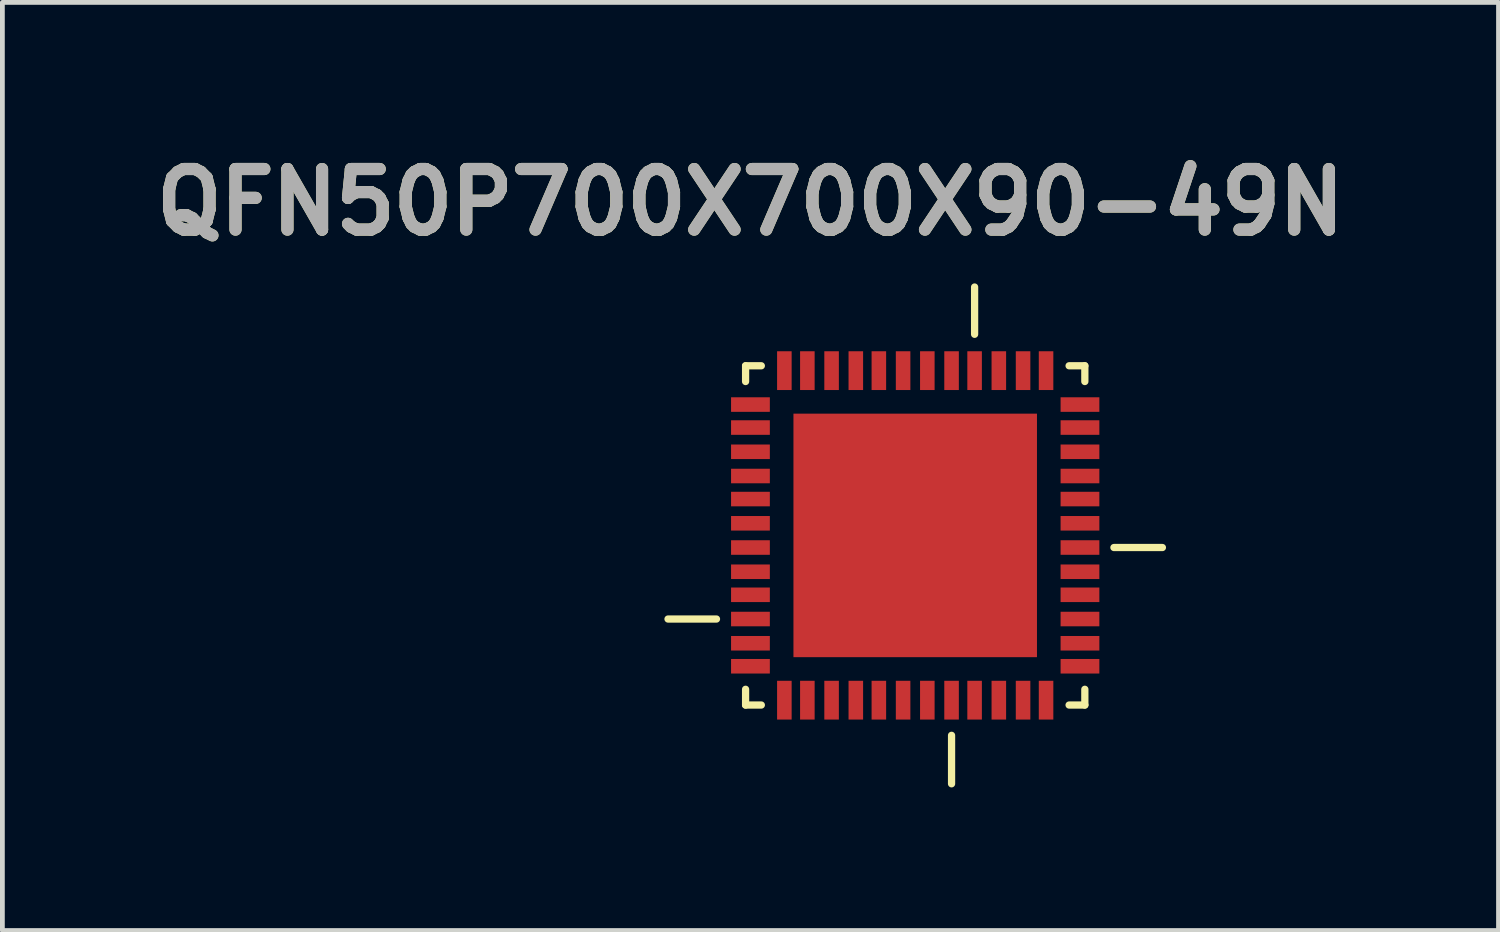
<source format=kicad_pcb>
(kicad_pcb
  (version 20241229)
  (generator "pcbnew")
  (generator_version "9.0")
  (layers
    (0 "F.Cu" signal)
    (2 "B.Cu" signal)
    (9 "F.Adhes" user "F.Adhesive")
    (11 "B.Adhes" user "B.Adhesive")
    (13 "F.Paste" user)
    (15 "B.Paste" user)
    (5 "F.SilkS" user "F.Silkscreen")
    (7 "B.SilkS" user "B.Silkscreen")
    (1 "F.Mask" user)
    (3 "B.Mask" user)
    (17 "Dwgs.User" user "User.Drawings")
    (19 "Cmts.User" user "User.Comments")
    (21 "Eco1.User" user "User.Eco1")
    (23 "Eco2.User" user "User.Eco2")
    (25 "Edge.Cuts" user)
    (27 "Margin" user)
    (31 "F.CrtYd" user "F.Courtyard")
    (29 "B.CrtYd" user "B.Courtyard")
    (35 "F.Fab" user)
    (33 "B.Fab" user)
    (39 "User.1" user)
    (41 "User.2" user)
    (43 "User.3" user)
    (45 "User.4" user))
  (footprint "QFN50P700X700X90-49N"
    (layer "F.Cu")
    (at 16.136 8.174)
    (property "Reference" "QFN50P700X700X90-49N" (at -3.454 -6.985 0) (layer "F.SilkS") (effects (font (size 1.27 1.27) (thickness 0.254))))
    (attr smd)
    (fp_line (start -4.166 1.753) (end -5.182 1.753) (stroke (width 0.152) (type solid)) (layer "F.SilkS"))
    (fp_line (start -3.556 -3.556) (end -3.556 -3.226) (stroke (width 0.152) (type solid)) (layer "F.SilkS"))
    (fp_line (start -3.556 3.226) (end -3.556 3.556) (stroke (width 0.152) (type solid)) (layer "F.SilkS"))
    (fp_line (start -3.556 3.556) (end -3.226 3.556) (stroke (width 0.152) (type solid)) (layer "F.SilkS"))
    (fp_line (start -3.226 -3.556) (end -3.556 -3.556) (stroke (width 0.152) (type solid)) (layer "F.SilkS"))
    (fp_line (start 0.762 4.191) (end 0.762 5.207) (stroke (width 0.152) (type solid)) (layer "F.SilkS"))
    (fp_line (start 1.245 -4.216) (end 1.245 -5.207) (stroke (width 0.152) (type solid)) (layer "F.SilkS"))
    (fp_line (start 3.226 3.556) (end 3.556 3.556) (stroke (width 0.152) (type solid)) (layer "F.SilkS"))
    (fp_line (start 3.556 -3.556) (end 3.226 -3.556) (stroke (width 0.152) (type solid)) (layer "F.SilkS"))
    (fp_line (start 3.556 -3.226) (end 3.556 -3.556) (stroke (width 0.152) (type solid)) (layer "F.SilkS"))
    (fp_line (start 3.556 3.556) (end 3.556 3.226) (stroke (width 0.152) (type solid)) (layer "F.SilkS"))
    (fp_line (start 4.166 0.254) (end 5.182 0.254) (stroke (width 0.152) (type solid)) (layer "F.SilkS"))
    (fp_text user "${REFERENCE}" (at -3.454 -6.985 0) (layer "F.Fab") (effects (font (size 1.27 1.27) (thickness 0.254))))
    (pad "1" smd rect (at -3.454 -2.743 90) (size 0.305 0.813) (layers "F.Cu" "F.Mask" "F.Paste"))
    (pad "2" smd rect (at -3.454 -2.261 90) (size 0.305 0.813) (layers "F.Cu" "F.Mask" "F.Paste"))
    (pad "3" smd rect (at -3.454 -1.753 90) (size 0.305 0.813) (layers "F.Cu" "F.Mask" "F.Paste"))
    (pad "4" smd rect (at -3.454 -1.245 90) (size 0.305 0.813) (layers "F.Cu" "F.Mask" "F.Paste"))
    (pad "5" smd rect (at -3.454 -0.762 90) (size 0.305 0.813) (layers "F.Cu" "F.Mask" "F.Paste"))
    (pad "6" smd rect (at -3.454 -0.254 90) (size 0.305 0.813) (layers "F.Cu" "F.Mask" "F.Paste"))
    (pad "7" smd rect (at -3.454 0.254 90) (size 0.305 0.813) (layers "F.Cu" "F.Mask" "F.Paste"))
    (pad "8" smd rect (at -3.454 0.762 90) (size 0.305 0.813) (layers "F.Cu" "F.Mask" "F.Paste"))
    (pad "9" smd rect (at -3.454 1.245 90) (size 0.305 0.813) (layers "F.Cu" "F.Mask" "F.Paste"))
    (pad "10" smd rect (at -3.454 1.753 90) (size 0.305 0.813) (layers "F.Cu" "F.Mask" "F.Paste"))
    (pad "11" smd rect (at -3.454 2.261 90) (size 0.305 0.813) (layers "F.Cu" "F.Mask" "F.Paste"))
    (pad "12" smd rect (at -3.454 2.743 90) (size 0.305 0.813) (layers "F.Cu" "F.Mask" "F.Paste"))
    (pad "13" smd rect (at -2.743 3.454) (size 0.305 0.813) (layers "F.Cu" "F.Mask" "F.Paste"))
    (pad "14" smd rect (at -2.261 3.454) (size 0.305 0.813) (layers "F.Cu" "F.Mask" "F.Paste"))
    (pad "15" smd rect (at -1.753 3.454) (size 0.305 0.813) (layers "F.Cu" "F.Mask" "F.Paste"))
    (pad "16" smd rect (at -1.245 3.454) (size 0.305 0.813) (layers "F.Cu" "F.Mask" "F.Paste"))
    (pad "17" smd rect (at -0.762 3.454) (size 0.305 0.813) (layers "F.Cu" "F.Mask" "F.Paste"))
    (pad "18" smd rect (at -0.254 3.454) (size 0.305 0.813) (layers "F.Cu" "F.Mask" "F.Paste"))
    (pad "19" smd rect (at 0.254 3.454) (size 0.305 0.813) (layers "F.Cu" "F.Mask" "F.Paste"))
    (pad "20" smd rect (at 0.762 3.454) (size 0.305 0.813) (layers "F.Cu" "F.Mask" "F.Paste"))
    (pad "21" smd rect (at 1.245 3.454) (size 0.305 0.813) (layers "F.Cu" "F.Mask" "F.Paste"))
    (pad "22" smd rect (at 1.753 3.454) (size 0.305 0.813) (layers "F.Cu" "F.Mask" "F.Paste"))
    (pad "23" smd rect (at 2.261 3.454) (size 0.305 0.813) (layers "F.Cu" "F.Mask" "F.Paste"))
    (pad "24" smd rect (at 2.743 3.454) (size 0.305 0.813) (layers "F.Cu" "F.Mask" "F.Paste"))
    (pad "25" smd rect (at 3.454 2.743 90) (size 0.305 0.813) (layers "F.Cu" "F.Mask" "F.Paste"))
    (pad "26" smd rect (at 3.454 2.261 90) (size 0.305 0.813) (layers "F.Cu" "F.Mask" "F.Paste"))
    (pad "27" smd rect (at 3.454 1.753 90) (size 0.305 0.813) (layers "F.Cu" "F.Mask" "F.Paste"))
    (pad "28" smd rect (at 3.454 1.245 90) (size 0.305 0.813) (layers "F.Cu" "F.Mask" "F.Paste"))
    (pad "29" smd rect (at 3.454 0.762 90) (size 0.305 0.813) (layers "F.Cu" "F.Mask" "F.Paste"))
    (pad "30" smd rect (at 3.454 0.254 90) (size 0.305 0.813) (layers "F.Cu" "F.Mask" "F.Paste"))
    (pad "31" smd rect (at 3.454 -0.254 90) (size 0.305 0.813) (layers "F.Cu" "F.Mask" "F.Paste"))
    (pad "32" smd rect (at 3.454 -0.762 90) (size 0.305 0.813) (layers "F.Cu" "F.Mask" "F.Paste"))
    (pad "33" smd rect (at 3.454 -1.245 90) (size 0.305 0.813) (layers "F.Cu" "F.Mask" "F.Paste"))
    (pad "34" smd rect (at 3.454 -1.753 90) (size 0.305 0.813) (layers "F.Cu" "F.Mask" "F.Paste"))
    (pad "35" smd rect (at 3.454 -2.261 90) (size 0.305 0.813) (layers "F.Cu" "F.Mask" "F.Paste"))
    (pad "36" smd rect (at 3.454 -2.743 90) (size 0.305 0.813) (layers "F.Cu" "F.Mask" "F.Paste"))
    (pad "37" smd rect (at 2.743 -3.454) (size 0.305 0.813) (layers "F.Cu" "F.Mask" "F.Paste"))
    (pad "38" smd rect (at 2.261 -3.454) (size 0.305 0.813) (layers "F.Cu" "F.Mask" "F.Paste"))
    (pad "39" smd rect (at 1.753 -3.454) (size 0.305 0.813) (layers "F.Cu" "F.Mask" "F.Paste"))
    (pad "40" smd rect (at 1.245 -3.454) (size 0.305 0.813) (layers "F.Cu" "F.Mask" "F.Paste"))
    (pad "41" smd rect (at 0.762 -3.454) (size 0.305 0.813) (layers "F.Cu" "F.Mask" "F.Paste"))
    (pad "42" smd rect (at 0.254 -3.454) (size 0.305 0.813) (layers "F.Cu" "F.Mask" "F.Paste"))
    (pad "43" smd rect (at -0.254 -3.454) (size 0.305 0.813) (layers "F.Cu" "F.Mask" "F.Paste"))
    (pad "44" smd rect (at -0.762 -3.454) (size 0.305 0.813) (layers "F.Cu" "F.Mask" "F.Paste"))
    (pad "45" smd rect (at -1.245 -3.454) (size 0.305 0.813) (layers "F.Cu" "F.Mask" "F.Paste"))
    (pad "46" smd rect (at -1.753 -3.454) (size 0.305 0.813) (layers "F.Cu" "F.Mask" "F.Paste"))
    (pad "47" smd rect (at -2.261 -3.454) (size 0.305 0.813) (layers "F.Cu" "F.Mask" "F.Paste"))
    (pad "48" smd rect (at -2.743 -3.454) (size 0.305 0.813) (layers "F.Cu" "F.Mask" "F.Paste"))
    (pad "49" smd rect (at 0 0 90) (size 5.105 5.105) (layers "F.Cu" "F.Mask" "F.Paste")))
  (gr_rect
    (start -3 -3)
    (end 28.364 16.457)
    (stroke (width 0.1) (type default))
    (fill no)
    (layer "Edge.Cuts")))
</source>
